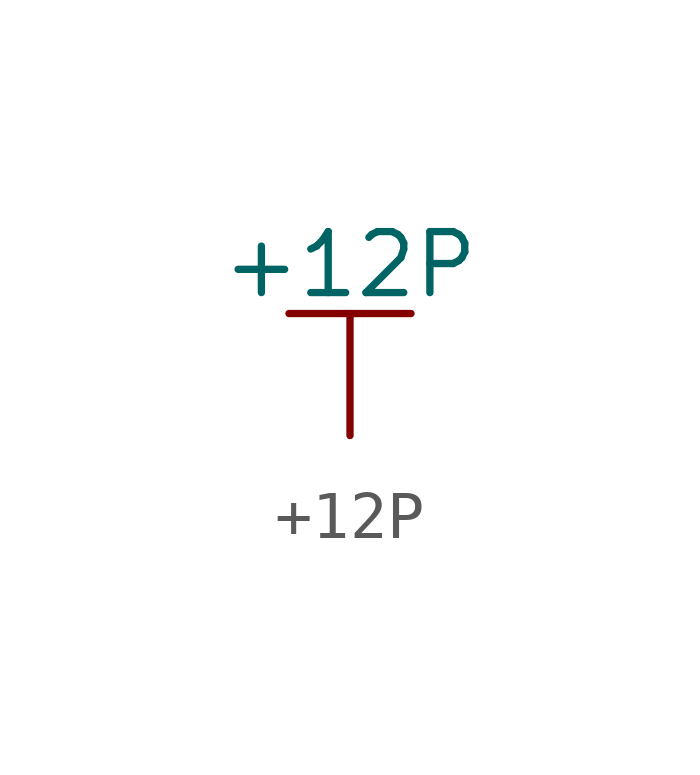
<source format=kicad_sym>
(kicad_symbol_lib
  (version 20220914)
  (generator kicad_symbol_editor)
  (symbol "+12P"
    (power)
    (pin_names
      (offset 0))
    (property "Reference" "#PWR"
      (at 0 -3.81 0)
      (effects (font (size 1.27 1.27)) hide))
    (property "Value" "+12P"
      (at 0 3.556 0)
      (effects (font (size 1.27 1.27))))
    (symbol "+12P_0_1"
      (polyline (pts (xy -1.27 2.54) (xy 1.27 2.54)) (stroke (width 0) (type solid)) (fill (type none)))
      (polyline (pts (xy 0 0) (xy 0 2.54)) (stroke (width 0) (type solid)) (fill (type none))))
    (symbol "+12P_1_1"
      (pin power_in line (at 0 0 90) (length 0) hide (name "+12P" (effects (font (size 1.27 1.27)))) (number "1" (effects (font (size 1.27 1.27))))))))
</source>
